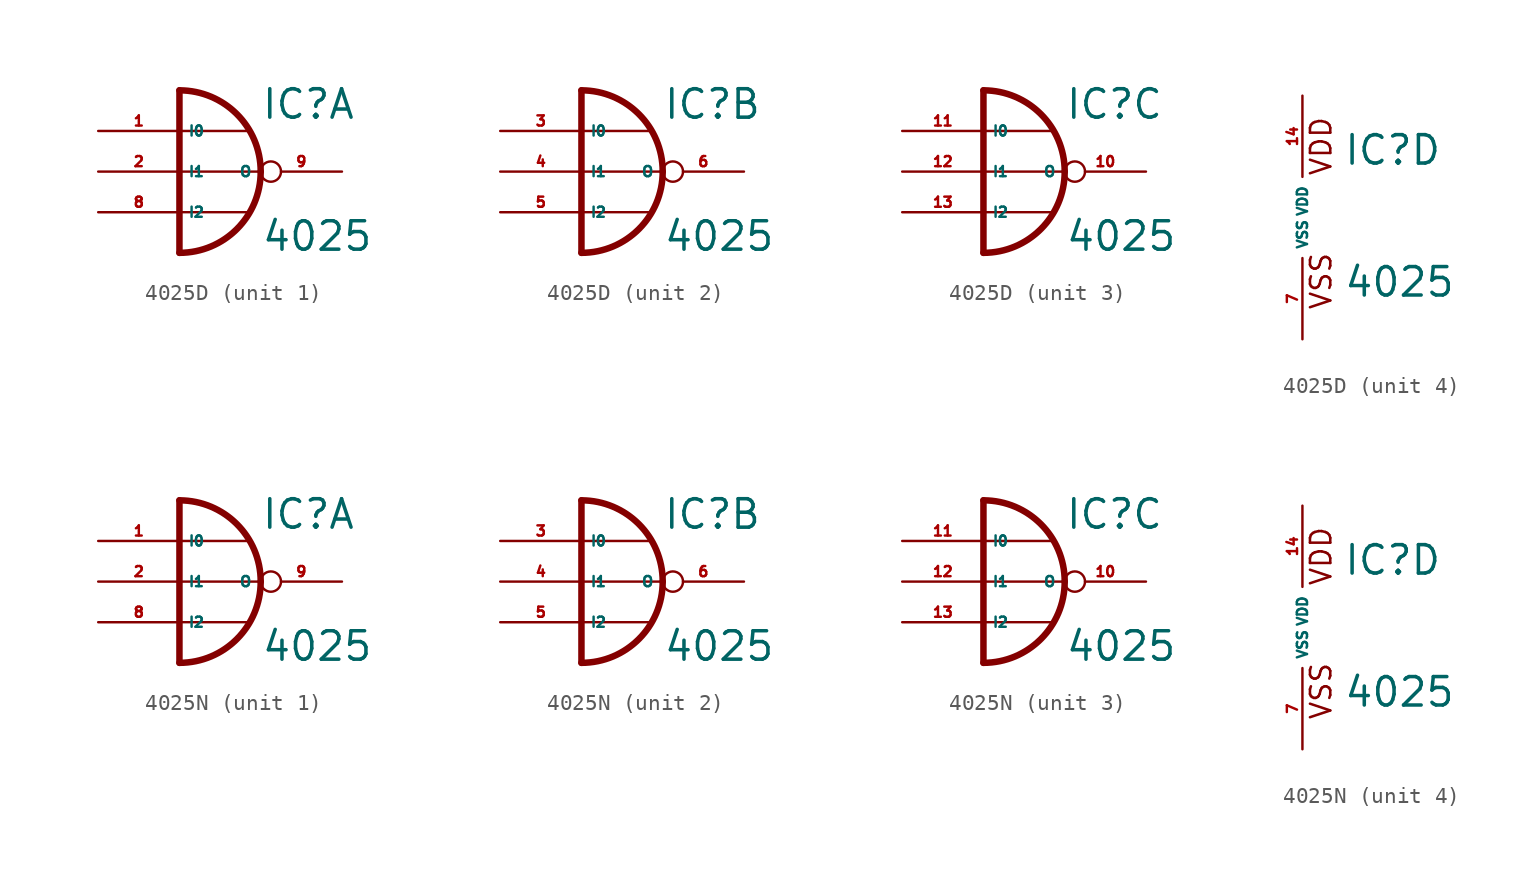
<source format=kicad_sym>
(kicad_symbol_lib
  (version 20220914)
  (generator Eagle2Kicad)
  (symbol "4025D"
    (property "Reference" "IC"
      (at 2.54 3.175 0)
      (effects (font (size 1.778 1.778) (thickness 0.22)) (justify left bottom)))
    (property "Value" "4025"
      (at 2.54 -5.08 0)
      (effects (font (size 1.778 1.778) (thickness 0.22)) (justify left bottom)))
    (symbol "4025D_1_0"
      (arc (start 2.54 0) (mid 1.052 3.592) (end -2.54 5.08) (stroke (width 0.4064) (type default)) (fill (type none)))
      (arc (start -2.54 -5.08) (mid 1.052 -3.592) (end 2.54 0) (stroke (width 0.4064) (type default)) (fill (type none)))
      (polyline (pts (xy -2.54 2.54) (xy 1.778 2.54)) (stroke (width 0.152) (type default)) (fill (type none)))
      (polyline (pts (xy -2.54 0) (xy 2.54 0)) (stroke (width 0.152) (type default)) (fill (type none)))
      (polyline (pts (xy -2.54 -2.54) (xy 1.778 -2.54)) (stroke (width 0.152) (type default)) (fill (type none)))
      (polyline (pts (xy -2.54 5.08) (xy -2.54 -5.08)) (stroke (width 0.406) (type default)) (fill (type none)))
      (pin input line (at -7.62 2.54 0) (length 5.08) (name "I0" (effects (font (size 0.635 0.635) (thickness 0.08)) (justify left bottom))) (number "1" (effects (font (size 0.635 0.635) (thickness 0.08)) (justify left bottom))))
      (pin input line (at -7.62 0 0) (length 5.08) (name "I1" (effects (font (size 0.635 0.635) (thickness 0.08)) (justify left bottom))) (number "2" (effects (font (size 0.635 0.635) (thickness 0.08)) (justify left bottom))))
      (pin input line (at -7.62 -2.54 0) (length 5.08) (name "I2" (effects (font (size 0.635 0.635) (thickness 0.08)) (justify left bottom))) (number "8" (effects (font (size 0.635 0.635) (thickness 0.08)) (justify left bottom))))
      (pin output inverted (at 7.62 0 180) (length 5.08) (name "O" (effects (font (size 0.635 0.635) (thickness 0.08)) (justify left bottom))) (number "9" (effects (font (size 0.635 0.635) (thickness 0.08)) (justify left bottom)))))
    (symbol "4025D_2_0"
      (arc (start 2.54 0) (mid 1.052 3.592) (end -2.54 5.08) (stroke (width 0.4064) (type default)) (fill (type none)))
      (arc (start -2.54 -5.08) (mid 1.052 -3.592) (end 2.54 0) (stroke (width 0.4064) (type default)) (fill (type none)))
      (polyline (pts (xy -2.54 2.54) (xy 1.778 2.54)) (stroke (width 0.152) (type default)) (fill (type none)))
      (polyline (pts (xy -2.54 0) (xy 2.54 0)) (stroke (width 0.152) (type default)) (fill (type none)))
      (polyline (pts (xy -2.54 -2.54) (xy 1.778 -2.54)) (stroke (width 0.152) (type default)) (fill (type none)))
      (polyline (pts (xy -2.54 5.08) (xy -2.54 -5.08)) (stroke (width 0.406) (type default)) (fill (type none)))
      (pin input line (at -7.62 2.54 0) (length 5.08) (name "I0" (effects (font (size 0.635 0.635) (thickness 0.08)) (justify left bottom))) (number "3" (effects (font (size 0.635 0.635) (thickness 0.08)) (justify left bottom))))
      (pin input line (at -7.62 0 0) (length 5.08) (name "I1" (effects (font (size 0.635 0.635) (thickness 0.08)) (justify left bottom))) (number "4" (effects (font (size 0.635 0.635) (thickness 0.08)) (justify left bottom))))
      (pin input line (at -7.62 -2.54 0) (length 5.08) (name "I2" (effects (font (size 0.635 0.635) (thickness 0.08)) (justify left bottom))) (number "5" (effects (font (size 0.635 0.635) (thickness 0.08)) (justify left bottom))))
      (pin output inverted (at 7.62 0 180) (length 5.08) (name "O" (effects (font (size 0.635 0.635) (thickness 0.08)) (justify left bottom))) (number "6" (effects (font (size 0.635 0.635) (thickness 0.08)) (justify left bottom)))))
    (symbol "4025D_3_0"
      (arc (start 2.54 0) (mid 1.052 3.592) (end -2.54 5.08) (stroke (width 0.4064) (type default)) (fill (type none)))
      (arc (start -2.54 -5.08) (mid 1.052 -3.592) (end 2.54 0) (stroke (width 0.4064) (type default)) (fill (type none)))
      (polyline (pts (xy -2.54 2.54) (xy 1.778 2.54)) (stroke (width 0.152) (type default)) (fill (type none)))
      (polyline (pts (xy -2.54 0) (xy 2.54 0)) (stroke (width 0.152) (type default)) (fill (type none)))
      (polyline (pts (xy -2.54 -2.54) (xy 1.778 -2.54)) (stroke (width 0.152) (type default)) (fill (type none)))
      (polyline (pts (xy -2.54 5.08) (xy -2.54 -5.08)) (stroke (width 0.406) (type default)) (fill (type none)))
      (pin input line (at -7.62 2.54 0) (length 5.08) (name "I0" (effects (font (size 0.635 0.635) (thickness 0.08)) (justify left bottom))) (number "11" (effects (font (size 0.635 0.635) (thickness 0.08)) (justify left bottom))))
      (pin input line (at -7.62 0 0) (length 5.08) (name "I1" (effects (font (size 0.635 0.635) (thickness 0.08)) (justify left bottom))) (number "12" (effects (font (size 0.635 0.635) (thickness 0.08)) (justify left bottom))))
      (pin input line (at -7.62 -2.54 0) (length 5.08) (name "I2" (effects (font (size 0.635 0.635) (thickness 0.08)) (justify left bottom))) (number "13" (effects (font (size 0.635 0.635) (thickness 0.08)) (justify left bottom))))
      (pin output inverted (at 7.62 0 180) (length 5.08) (name "O" (effects (font (size 0.635 0.635) (thickness 0.08)) (justify left bottom))) (number "10" (effects (font (size 0.635 0.635) (thickness 0.08)) (justify left bottom)))))
    (symbol "4025D_4_0"
      (text "VDD" (at 1.905 2.54 900) (effects (font (size 1.27 1.27) (thickness 0.16)) (justify left bottom)))
      (text "VSS" (at 1.905 -5.842 900) (effects (font (size 1.27 1.27) (thickness 0.16)) (justify left bottom)))
      (pin unspecified line (at 0 -7.62 90) (length 5.08) (name "VSS" (effects (font (size 0.635 0.635) (thickness 0.08)) (justify left bottom))) (number "7" (effects (font (size 0.635 0.635) (thickness 0.08)) (justify left bottom))))
      (pin unspecified line (at 0 7.62 270) (length 5.08) (name "VDD" (effects (font (size 0.635 0.635) (thickness 0.08)) (justify left bottom))) (number "14" (effects (font (size 0.635 0.635) (thickness 0.08)) (justify left bottom))))))
  (symbol "4025N"
    (property "Reference" "IC"
      (at 2.54 3.175 0)
      (effects (font (size 1.778 1.778) (thickness 0.22)) (justify left bottom)))
    (property "Value" "4025"
      (at 2.54 -5.08 0)
      (effects (font (size 1.778 1.778) (thickness 0.22)) (justify left bottom)))
    (symbol "4025N_1_0"
      (arc (start 2.54 0) (mid 1.052 3.592) (end -2.54 5.08) (stroke (width 0.4064) (type default)) (fill (type none)))
      (arc (start -2.54 -5.08) (mid 1.052 -3.592) (end 2.54 0) (stroke (width 0.4064) (type default)) (fill (type none)))
      (polyline (pts (xy -2.54 2.54) (xy 1.778 2.54)) (stroke (width 0.152) (type default)) (fill (type none)))
      (polyline (pts (xy -2.54 0) (xy 2.54 0)) (stroke (width 0.152) (type default)) (fill (type none)))
      (polyline (pts (xy -2.54 -2.54) (xy 1.778 -2.54)) (stroke (width 0.152) (type default)) (fill (type none)))
      (polyline (pts (xy -2.54 5.08) (xy -2.54 -5.08)) (stroke (width 0.406) (type default)) (fill (type none)))
      (pin input line (at -7.62 2.54 0) (length 5.08) (name "I0" (effects (font (size 0.635 0.635) (thickness 0.08)) (justify left bottom))) (number "1" (effects (font (size 0.635 0.635) (thickness 0.08)) (justify left bottom))))
      (pin input line (at -7.62 0 0) (length 5.08) (name "I1" (effects (font (size 0.635 0.635) (thickness 0.08)) (justify left bottom))) (number "2" (effects (font (size 0.635 0.635) (thickness 0.08)) (justify left bottom))))
      (pin input line (at -7.62 -2.54 0) (length 5.08) (name "I2" (effects (font (size 0.635 0.635) (thickness 0.08)) (justify left bottom))) (number "8" (effects (font (size 0.635 0.635) (thickness 0.08)) (justify left bottom))))
      (pin output inverted (at 7.62 0 180) (length 5.08) (name "O" (effects (font (size 0.635 0.635) (thickness 0.08)) (justify left bottom))) (number "9" (effects (font (size 0.635 0.635) (thickness 0.08)) (justify left bottom)))))
    (symbol "4025N_2_0"
      (arc (start 2.54 0) (mid 1.052 3.592) (end -2.54 5.08) (stroke (width 0.4064) (type default)) (fill (type none)))
      (arc (start -2.54 -5.08) (mid 1.052 -3.592) (end 2.54 0) (stroke (width 0.4064) (type default)) (fill (type none)))
      (polyline (pts (xy -2.54 2.54) (xy 1.778 2.54)) (stroke (width 0.152) (type default)) (fill (type none)))
      (polyline (pts (xy -2.54 0) (xy 2.54 0)) (stroke (width 0.152) (type default)) (fill (type none)))
      (polyline (pts (xy -2.54 -2.54) (xy 1.778 -2.54)) (stroke (width 0.152) (type default)) (fill (type none)))
      (polyline (pts (xy -2.54 5.08) (xy -2.54 -5.08)) (stroke (width 0.406) (type default)) (fill (type none)))
      (pin input line (at -7.62 2.54 0) (length 5.08) (name "I0" (effects (font (size 0.635 0.635) (thickness 0.08)) (justify left bottom))) (number "3" (effects (font (size 0.635 0.635) (thickness 0.08)) (justify left bottom))))
      (pin input line (at -7.62 0 0) (length 5.08) (name "I1" (effects (font (size 0.635 0.635) (thickness 0.08)) (justify left bottom))) (number "4" (effects (font (size 0.635 0.635) (thickness 0.08)) (justify left bottom))))
      (pin input line (at -7.62 -2.54 0) (length 5.08) (name "I2" (effects (font (size 0.635 0.635) (thickness 0.08)) (justify left bottom))) (number "5" (effects (font (size 0.635 0.635) (thickness 0.08)) (justify left bottom))))
      (pin output inverted (at 7.62 0 180) (length 5.08) (name "O" (effects (font (size 0.635 0.635) (thickness 0.08)) (justify left bottom))) (number "6" (effects (font (size 0.635 0.635) (thickness 0.08)) (justify left bottom)))))
    (symbol "4025N_3_0"
      (arc (start 2.54 0) (mid 1.052 3.592) (end -2.54 5.08) (stroke (width 0.4064) (type default)) (fill (type none)))
      (arc (start -2.54 -5.08) (mid 1.052 -3.592) (end 2.54 0) (stroke (width 0.4064) (type default)) (fill (type none)))
      (polyline (pts (xy -2.54 2.54) (xy 1.778 2.54)) (stroke (width 0.152) (type default)) (fill (type none)))
      (polyline (pts (xy -2.54 0) (xy 2.54 0)) (stroke (width 0.152) (type default)) (fill (type none)))
      (polyline (pts (xy -2.54 -2.54) (xy 1.778 -2.54)) (stroke (width 0.152) (type default)) (fill (type none)))
      (polyline (pts (xy -2.54 5.08) (xy -2.54 -5.08)) (stroke (width 0.406) (type default)) (fill (type none)))
      (pin input line (at -7.62 2.54 0) (length 5.08) (name "I0" (effects (font (size 0.635 0.635) (thickness 0.08)) (justify left bottom))) (number "11" (effects (font (size 0.635 0.635) (thickness 0.08)) (justify left bottom))))
      (pin input line (at -7.62 0 0) (length 5.08) (name "I1" (effects (font (size 0.635 0.635) (thickness 0.08)) (justify left bottom))) (number "12" (effects (font (size 0.635 0.635) (thickness 0.08)) (justify left bottom))))
      (pin input line (at -7.62 -2.54 0) (length 5.08) (name "I2" (effects (font (size 0.635 0.635) (thickness 0.08)) (justify left bottom))) (number "13" (effects (font (size 0.635 0.635) (thickness 0.08)) (justify left bottom))))
      (pin output inverted (at 7.62 0 180) (length 5.08) (name "O" (effects (font (size 0.635 0.635) (thickness 0.08)) (justify left bottom))) (number "10" (effects (font (size 0.635 0.635) (thickness 0.08)) (justify left bottom)))))
    (symbol "4025N_4_0"
      (text "VDD" (at 1.905 2.54 900) (effects (font (size 1.27 1.27) (thickness 0.16)) (justify left bottom)))
      (text "VSS" (at 1.905 -5.842 900) (effects (font (size 1.27 1.27) (thickness 0.16)) (justify left bottom)))
      (pin unspecified line (at 0 -7.62 90) (length 5.08) (name "VSS" (effects (font (size 0.635 0.635) (thickness 0.08)) (justify left bottom))) (number "7" (effects (font (size 0.635 0.635) (thickness 0.08)) (justify left bottom))))
      (pin unspecified line (at 0 7.62 270) (length 5.08) (name "VDD" (effects (font (size 0.635 0.635) (thickness 0.08)) (justify left bottom))) (number "14" (effects (font (size 0.635 0.635) (thickness 0.08)) (justify left bottom)))))))
</source>
